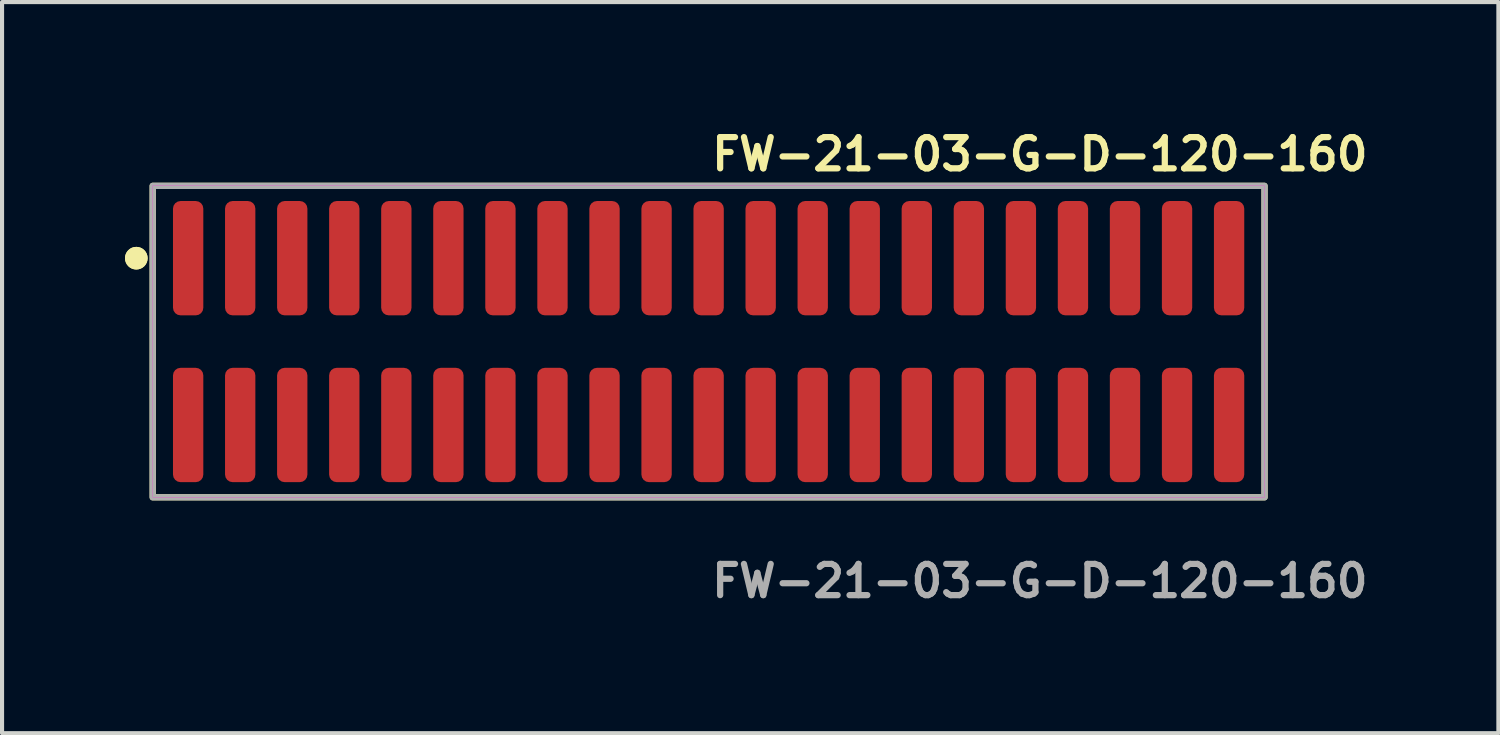
<source format=kicad_pcb>
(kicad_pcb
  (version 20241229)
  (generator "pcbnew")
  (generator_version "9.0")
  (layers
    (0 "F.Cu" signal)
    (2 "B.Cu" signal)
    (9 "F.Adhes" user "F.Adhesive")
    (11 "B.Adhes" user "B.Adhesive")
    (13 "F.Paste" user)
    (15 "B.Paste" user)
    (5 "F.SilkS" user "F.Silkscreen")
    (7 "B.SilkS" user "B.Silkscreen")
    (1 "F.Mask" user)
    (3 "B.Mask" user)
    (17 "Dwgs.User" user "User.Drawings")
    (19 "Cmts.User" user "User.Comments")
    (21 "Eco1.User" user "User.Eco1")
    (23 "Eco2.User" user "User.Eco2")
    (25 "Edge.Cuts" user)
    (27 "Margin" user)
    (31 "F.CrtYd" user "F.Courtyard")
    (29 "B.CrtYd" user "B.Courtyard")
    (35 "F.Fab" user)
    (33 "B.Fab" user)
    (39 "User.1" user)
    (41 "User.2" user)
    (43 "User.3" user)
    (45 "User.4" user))
  (footprint "FW-21-03-G-D-120-160"
    (layer "F.Cu")
    (at 14.241 5.285)
    (property "Reference" "FW-21-03-G-D-120-160" (at 0 -4.572 0) (unlocked yes) (layer "F.SilkS") (effects (font (size 0.762 0.762) (thickness 0.152)) (justify left)))
    (fp_rect (start -13.565 3.8) (end 13.565 -3.8) (stroke (width 0.152) (type solid)) (fill no) (layer "F.SilkS"))
    (fp_circle (center -13.965 -2.035) (end -14.165 -2.035) (stroke (width 0.152) (type solid)) (fill yes) (layer "F.SilkS"))
    (fp_circle (center -13.965 -2.035) (end -14.165 -2.035) (stroke (width 0.152) (type solid)) (fill yes) (layer "F.SilkS"))
    (fp_rect (start -13.565 3.8) (end 13.565 -3.8) (stroke (width 0.006) (type solid)) (fill no) (layer "F.CrtYd"))
    (fp_rect (start -13.565 3.8) (end 13.565 -3.8) (stroke (width 0.152) (type solid)) (fill no) (layer "F.Fab"))
    (fp_text user "${REFERENCE}" (at 0 5.842 0) (unlocked yes) (layer "F.Fab") (effects (font (size 0.762 0.762) (thickness 0.152)) (justify left)))
    (pad "1" smd roundrect (at -12.7 -2.035) (size 0.74 2.79) (layers "F.Cu" "F.Paste") (roundrect_rratio 0.25))
    (pad "2" smd roundrect (at -12.7 2.035) (size 0.74 2.79) (layers "F.Cu" "F.Paste") (roundrect_rratio 0.25))
    (pad "3" smd roundrect (at -11.43 -2.035) (size 0.74 2.79) (layers "F.Cu" "F.Paste") (roundrect_rratio 0.25))
    (pad "4" smd roundrect (at -11.43 2.035) (size 0.74 2.79) (layers "F.Cu" "F.Paste") (roundrect_rratio 0.25))
    (pad "5" smd roundrect (at -10.16 -2.035) (size 0.74 2.79) (layers "F.Cu" "F.Paste") (roundrect_rratio 0.25))
    (pad "6" smd roundrect (at -10.16 2.035) (size 0.74 2.79) (layers "F.Cu" "F.Paste") (roundrect_rratio 0.25))
    (pad "7" smd roundrect (at -8.89 -2.035) (size 0.74 2.79) (layers "F.Cu" "F.Paste") (roundrect_rratio 0.25))
    (pad "8" smd roundrect (at -8.89 2.035) (size 0.74 2.79) (layers "F.Cu" "F.Paste") (roundrect_rratio 0.25))
    (pad "9" smd roundrect (at -7.62 -2.035) (size 0.74 2.79) (layers "F.Cu" "F.Paste") (roundrect_rratio 0.25))
    (pad "10" smd roundrect (at -7.62 2.035) (size 0.74 2.79) (layers "F.Cu" "F.Paste") (roundrect_rratio 0.25))
    (pad "11" smd roundrect (at -6.35 -2.035) (size 0.74 2.79) (layers "F.Cu" "F.Paste") (roundrect_rratio 0.25))
    (pad "12" smd roundrect (at -6.35 2.035) (size 0.74 2.79) (layers "F.Cu" "F.Paste") (roundrect_rratio 0.25))
    (pad "13" smd roundrect (at -5.08 -2.035) (size 0.74 2.79) (layers "F.Cu" "F.Paste") (roundrect_rratio 0.25))
    (pad "14" smd roundrect (at -5.08 2.035) (size 0.74 2.79) (layers "F.Cu" "F.Paste") (roundrect_rratio 0.25))
    (pad "15" smd roundrect (at -3.81 -2.035) (size 0.74 2.79) (layers "F.Cu" "F.Paste") (roundrect_rratio 0.25))
    (pad "16" smd roundrect (at -3.81 2.035) (size 0.74 2.79) (layers "F.Cu" "F.Paste") (roundrect_rratio 0.25))
    (pad "17" smd roundrect (at -2.54 -2.035) (size 0.74 2.79) (layers "F.Cu" "F.Paste") (roundrect_rratio 0.25))
    (pad "18" smd roundrect (at -2.54 2.035) (size 0.74 2.79) (layers "F.Cu" "F.Paste") (roundrect_rratio 0.25))
    (pad "19" smd roundrect (at -1.27 -2.035) (size 0.74 2.79) (layers "F.Cu" "F.Paste") (roundrect_rratio 0.25))
    (pad "20" smd roundrect (at -1.27 2.035) (size 0.74 2.79) (layers "F.Cu" "F.Paste") (roundrect_rratio 0.25))
    (pad "21" smd roundrect (at 0 -2.035) (size 0.74 2.79) (layers "F.Cu" "F.Paste") (roundrect_rratio 0.25))
    (pad "22" smd roundrect (at 0 2.035) (size 0.74 2.79) (layers "F.Cu" "F.Paste") (roundrect_rratio 0.25))
    (pad "23" smd roundrect (at 1.27 -2.035) (size 0.74 2.79) (layers "F.Cu" "F.Paste") (roundrect_rratio 0.25))
    (pad "24" smd roundrect (at 1.27 2.035) (size 0.74 2.79) (layers "F.Cu" "F.Paste") (roundrect_rratio 0.25))
    (pad "25" smd roundrect (at 2.54 -2.035) (size 0.74 2.79) (layers "F.Cu" "F.Paste") (roundrect_rratio 0.25))
    (pad "26" smd roundrect (at 2.54 2.035) (size 0.74 2.79) (layers "F.Cu" "F.Paste") (roundrect_rratio 0.25))
    (pad "27" smd roundrect (at 3.81 -2.035) (size 0.74 2.79) (layers "F.Cu" "F.Paste") (roundrect_rratio 0.25))
    (pad "28" smd roundrect (at 3.81 2.035) (size 0.74 2.79) (layers "F.Cu" "F.Paste") (roundrect_rratio 0.25))
    (pad "29" smd roundrect (at 5.08 -2.035) (size 0.74 2.79) (layers "F.Cu" "F.Paste") (roundrect_rratio 0.25))
    (pad "30" smd roundrect (at 5.08 2.035) (size 0.74 2.79) (layers "F.Cu" "F.Paste") (roundrect_rratio 0.25))
    (pad "31" smd roundrect (at 6.35 -2.035) (size 0.74 2.79) (layers "F.Cu" "F.Paste") (roundrect_rratio 0.25))
    (pad "32" smd roundrect (at 6.35 2.035) (size 0.74 2.79) (layers "F.Cu" "F.Paste") (roundrect_rratio 0.25))
    (pad "33" smd roundrect (at 7.62 -2.035) (size 0.74 2.79) (layers "F.Cu" "F.Paste") (roundrect_rratio 0.25))
    (pad "34" smd roundrect (at 7.62 2.035) (size 0.74 2.79) (layers "F.Cu" "F.Paste") (roundrect_rratio 0.25))
    (pad "35" smd roundrect (at 8.89 -2.035) (size 0.74 2.79) (layers "F.Cu" "F.Paste") (roundrect_rratio 0.25))
    (pad "36" smd roundrect (at 8.89 2.035) (size 0.74 2.79) (layers "F.Cu" "F.Paste") (roundrect_rratio 0.25))
    (pad "37" smd roundrect (at 10.16 -2.035) (size 0.74 2.79) (layers "F.Cu" "F.Paste") (roundrect_rratio 0.25))
    (pad "38" smd roundrect (at 10.16 2.035) (size 0.74 2.79) (layers "F.Cu" "F.Paste") (roundrect_rratio 0.25))
    (pad "39" smd roundrect (at 11.43 -2.035) (size 0.74 2.79) (layers "F.Cu" "F.Paste") (roundrect_rratio 0.25))
    (pad "40" smd roundrect (at 11.43 2.035) (size 0.74 2.79) (layers "F.Cu" "F.Paste") (roundrect_rratio 0.25))
    (pad "41" smd roundrect (at 12.7 -2.035) (size 0.74 2.79) (layers "F.Cu" "F.Paste") (roundrect_rratio 0.25))
    (pad "42" smd roundrect (at 12.7 2.035) (size 0.74 2.79) (layers "F.Cu" "F.Paste") (roundrect_rratio 0.25)))
  (gr_rect
    (start -3 -3)
    (end 33.512 14.84)
    (stroke (width 0.1) (type default))
    (fill no)
    (layer "Edge.Cuts")))
</source>
